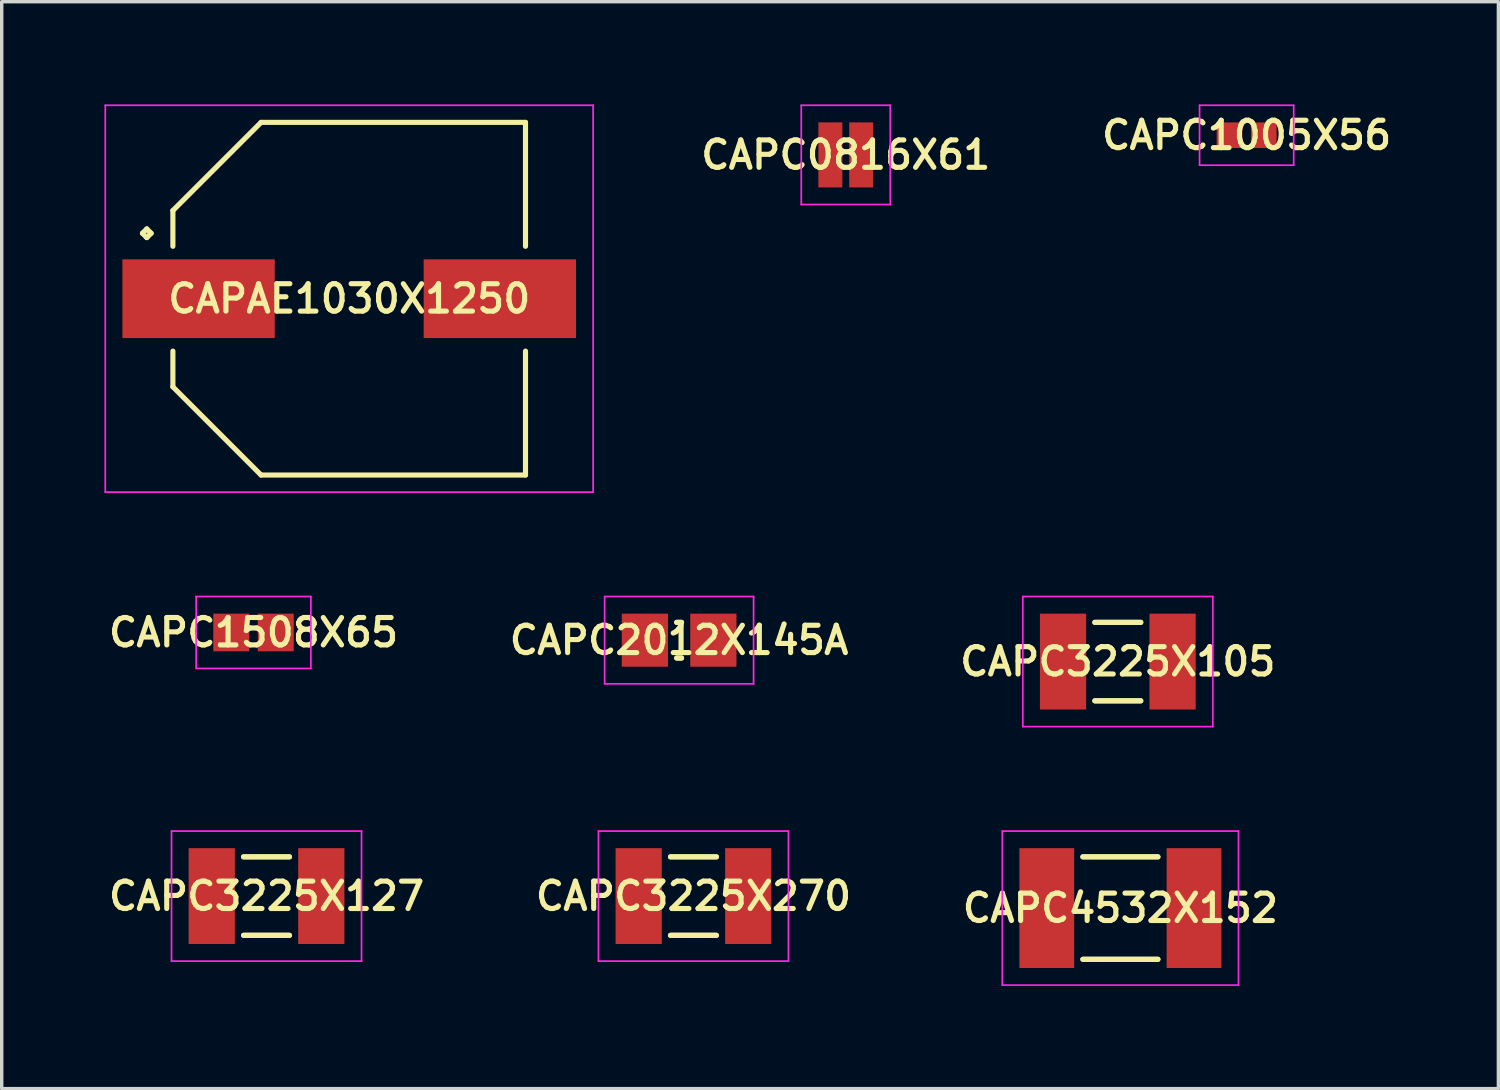
<source format=kicad_pcb>
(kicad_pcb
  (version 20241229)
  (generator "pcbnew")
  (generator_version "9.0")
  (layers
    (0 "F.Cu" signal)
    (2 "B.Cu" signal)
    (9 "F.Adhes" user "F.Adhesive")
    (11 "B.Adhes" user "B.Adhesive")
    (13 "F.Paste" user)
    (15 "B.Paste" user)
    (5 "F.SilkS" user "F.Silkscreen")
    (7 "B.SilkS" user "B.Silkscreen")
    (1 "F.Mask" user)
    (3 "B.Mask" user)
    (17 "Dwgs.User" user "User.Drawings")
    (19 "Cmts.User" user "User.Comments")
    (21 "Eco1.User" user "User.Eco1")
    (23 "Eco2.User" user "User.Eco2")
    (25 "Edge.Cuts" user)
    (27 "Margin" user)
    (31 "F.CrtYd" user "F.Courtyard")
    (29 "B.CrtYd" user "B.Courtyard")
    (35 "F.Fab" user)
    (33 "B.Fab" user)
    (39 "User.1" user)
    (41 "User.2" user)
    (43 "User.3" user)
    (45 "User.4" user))
  (footprint "CAPC0816X61"
    (layer "F.Cu")
    (at 21.655 1.475)
    (property "Reference" "CAPC0816X61" (at 0 0 0) (layer "F.SilkS") (effects (font (size 0.8 0.8) (thickness 0.15))))
    (attr smd)
    (fp_line (start -1.3 -1.45) (end 1.3 -1.45) (stroke (width 0.05) (type solid)) (layer "F.CrtYd"))
    (fp_line (start -1.3 1.45) (end -1.3 -1.45) (stroke (width 0.05) (type solid)) (layer "F.CrtYd"))
    (fp_line (start 1.3 -1.45) (end 1.3 1.45) (stroke (width 0.05) (type solid)) (layer "F.CrtYd"))
    (fp_line (start 1.3 1.45) (end -1.3 1.45) (stroke (width 0.05) (type solid)) (layer "F.CrtYd"))
    (pad "1" smd rect (at -0.45 0) (size 0.7 1.9) (layers "F.Cu" "F.Mask" "F.Paste"))
    (pad "2" smd rect (at 0.45 0) (size 0.7 1.9) (layers "F.Cu" "F.Mask" "F.Paste")))
  (footprint "CAPC4532X152"
    (layer "F.Cu")
    (at 29.677 23.475)
    (property "Reference" "CAPC4532X152" (at 0 0 0) (layer "F.SilkS") (effects (font (size 0.8 0.8) (thickness 0.15))))
    (attr smd)
    (fp_line (start -1.096 -1.496) (end 1.096 -1.496) (stroke (width 0.15) (type solid)) (layer "F.SilkS"))
    (fp_line (start -1.096 1.496) (end 1.096 1.496) (stroke (width 0.15) (type solid)) (layer "F.SilkS"))
    (fp_line (start 1.096 -1.496) (end -1.096 -1.496) (stroke (width 0.15) (type solid)) (layer "F.SilkS"))
    (fp_line (start 1.096 1.496) (end -1.096 1.496) (stroke (width 0.15) (type solid)) (layer "F.SilkS"))
    (fp_line (start -3.45 -2.25) (end 3.45 -2.25) (stroke (width 0.05) (type solid)) (layer "F.CrtYd"))
    (fp_line (start -3.45 2.25) (end -3.45 -2.25) (stroke (width 0.05) (type solid)) (layer "F.CrtYd"))
    (fp_line (start 3.45 -2.25) (end 3.45 2.25) (stroke (width 0.05) (type solid)) (layer "F.CrtYd"))
    (fp_line (start 3.45 2.25) (end -3.45 2.25) (stroke (width 0.05) (type solid)) (layer "F.CrtYd"))
    (pad "1" smd rect (at -2.15 0) (size 1.6 3.5) (layers "F.Cu" "F.Mask" "F.Paste"))
    (pad "2" smd rect (at 2.15 0) (size 1.6 3.5) (layers "F.Cu" "F.Mask" "F.Paste")))
  (footprint "CAPC2012X145A"
    (layer "F.Cu")
    (at 16.787 15.65)
    (property "Reference" "CAPC2012X145A" (at 0 0 0) (layer "F.SilkS") (effects (font (size 0.8 0.8) (thickness 0.15))))
    (attr smd)
    (fp_line (start -0.071 -0.521) (end 0.071 -0.521) (stroke (width 0.15) (type solid)) (layer "F.SilkS"))
    (fp_line (start -0.071 0.521) (end 0.071 0.521) (stroke (width 0.15) (type solid)) (layer "F.SilkS"))
    (fp_line (start 0.071 -0.521) (end -0.071 -0.521) (stroke (width 0.15) (type solid)) (layer "F.SilkS"))
    (fp_line (start 0.071 0.521) (end -0.071 0.521) (stroke (width 0.15) (type solid)) (layer "F.SilkS"))
    (fp_line (start -2.175 -1.275) (end 2.175 -1.275) (stroke (width 0.05) (type solid)) (layer "F.CrtYd"))
    (fp_line (start -2.175 1.275) (end -2.175 -1.275) (stroke (width 0.05) (type solid)) (layer "F.CrtYd"))
    (fp_line (start 2.175 -1.275) (end 2.175 1.275) (stroke (width 0.05) (type solid)) (layer "F.CrtYd"))
    (fp_line (start 2.175 1.275) (end -2.175 1.275) (stroke (width 0.05) (type solid)) (layer "F.CrtYd"))
    (pad "1" smd rect (at -1 0) (size 1.35 1.55) (layers "F.Cu" "F.Mask" "F.Paste"))
    (pad "2" smd rect (at 1 0) (size 1.35 1.55) (layers "F.Cu" "F.Mask" "F.Paste")))
  (footprint "CAPC1005X56"
    (layer "F.Cu")
    (at 33.364 0.9)
    (property "Reference" "CAPC1005X56" (at 0 0 0) (layer "F.SilkS") (effects (font (size 0.8 0.8) (thickness 0.15))))
    (attr smd)
    (fp_line (start -1.375 -0.875) (end 1.375 -0.875) (stroke (width 0.05) (type solid)) (layer "F.CrtYd"))
    (fp_line (start -1.375 0.875) (end -1.375 -0.875) (stroke (width 0.05) (type solid)) (layer "F.CrtYd"))
    (fp_line (start 1.375 -0.875) (end 1.375 0.875) (stroke (width 0.05) (type solid)) (layer "F.CrtYd"))
    (fp_line (start 1.375 0.875) (end -1.375 0.875) (stroke (width 0.05) (type solid)) (layer "F.CrtYd"))
    (pad "1" smd rect (at -0.5 0) (size 0.75 0.75) (layers "F.Cu" "F.Mask" "F.Paste"))
    (pad "2" smd rect (at 0.5 0) (size 0.75 0.75) (layers "F.Cu" "F.Mask" "F.Paste")))
  (footprint "CAPC3225X127"
    (layer "F.Cu")
    (at 4.735 23.125)
    (property "Reference" "CAPC3225X127" (at 0 0 0) (layer "F.SilkS") (effects (font (size 0.8 0.8) (thickness 0.15))))
    (attr smd)
    (fp_line (start -0.671 -1.146) (end 0.671 -1.146) (stroke (width 0.15) (type solid)) (layer "F.SilkS"))
    (fp_line (start -0.671 1.146) (end 0.671 1.146) (stroke (width 0.15) (type solid)) (layer "F.SilkS"))
    (fp_line (start 0.671 -1.146) (end -0.671 -1.146) (stroke (width 0.15) (type solid)) (layer "F.SilkS"))
    (fp_line (start 0.671 1.146) (end -0.671 1.146) (stroke (width 0.15) (type solid)) (layer "F.SilkS"))
    (fp_line (start -2.775 -1.9) (end 2.775 -1.9) (stroke (width 0.05) (type solid)) (layer "F.CrtYd"))
    (fp_line (start -2.775 1.9) (end -2.775 -1.9) (stroke (width 0.05) (type solid)) (layer "F.CrtYd"))
    (fp_line (start 2.775 -1.9) (end 2.775 1.9) (stroke (width 0.05) (type solid)) (layer "F.CrtYd"))
    (fp_line (start 2.775 1.9) (end -2.775 1.9) (stroke (width 0.05) (type solid)) (layer "F.CrtYd"))
    (pad "1" smd rect (at -1.6 0) (size 1.35 2.8) (layers "F.Cu" "F.Mask" "F.Paste"))
    (pad "2" smd rect (at 1.6 0) (size 1.35 2.8) (layers "F.Cu" "F.Mask" "F.Paste")))
  (footprint "CAPAE1030X1250"
    (layer "F.Cu")
    (at 7.15 5.675)
    (property "Reference" "CAPAE1030X1250" (at 0 0 0) (layer "F.SilkS") (effects (font (size 0.8 0.8) (thickness 0.15))))
    (attr smd)
    (fp_line (start -6.039 -1.912) (end -5.912 -2.039) (stroke (width 0.15) (type solid)) (layer "F.SilkS"))
    (fp_line (start -5.912 -2.039) (end -5.785 -1.912) (stroke (width 0.15) (type solid)) (layer "F.SilkS"))
    (fp_line (start -5.912 -1.785) (end -6.039 -1.912) (stroke (width 0.15) (type solid)) (layer "F.SilkS"))
    (fp_line (start -5.785 -1.912) (end -5.912 -1.785) (stroke (width 0.15) (type solid)) (layer "F.SilkS"))
    (fp_line (start -5.15 -2.575) (end -5.15 -1.531) (stroke (width 0.15) (type solid)) (layer "F.SilkS"))
    (fp_line (start -5.15 2.575) (end -5.15 1.531) (stroke (width 0.15) (type solid)) (layer "F.SilkS"))
    (fp_line (start -2.575 -5.15) (end -5.15 -2.575) (stroke (width 0.15) (type solid)) (layer "F.SilkS"))
    (fp_line (start -2.575 5.15) (end -5.15 2.575) (stroke (width 0.15) (type solid)) (layer "F.SilkS"))
    (fp_line (start 5.15 -5.15) (end -2.575 -5.15) (stroke (width 0.15) (type solid)) (layer "F.SilkS"))
    (fp_line (start 5.15 -1.531) (end 5.15 -5.15) (stroke (width 0.15) (type solid)) (layer "F.SilkS"))
    (fp_line (start 5.15 1.531) (end 5.15 5.15) (stroke (width 0.15) (type solid)) (layer "F.SilkS"))
    (fp_line (start 5.15 5.15) (end -2.575 5.15) (stroke (width 0.15) (type solid)) (layer "F.SilkS"))
    (fp_line (start -7.125 -5.65) (end 7.125 -5.65) (stroke (width 0.05) (type solid)) (layer "F.CrtYd"))
    (fp_line (start -7.125 5.65) (end -7.125 -5.65) (stroke (width 0.05) (type solid)) (layer "F.CrtYd"))
    (fp_line (start 7.125 -5.65) (end 7.125 5.65) (stroke (width 0.05) (type solid)) (layer "F.CrtYd"))
    (fp_line (start 7.125 5.65) (end -7.125 5.65) (stroke (width 0.05) (type solid)) (layer "F.CrtYd"))
    (pad "1" smd rect (at -4.4 0) (size 4.45 2.3) (layers "F.Cu" "F.Mask" "F.Paste"))
    (pad "2" smd rect (at 4.4 0) (size 4.45 2.3) (layers "F.Cu" "F.Mask" "F.Paste")))
  (footprint "CAPC3225X270"
    (layer "F.Cu")
    (at 17.206 23.125)
    (property "Reference" "CAPC3225X270" (at 0 0 0) (layer "F.SilkS") (effects (font (size 0.8 0.8) (thickness 0.15))))
    (attr smd)
    (fp_line (start -0.671 -1.146) (end 0.671 -1.146) (stroke (width 0.15) (type solid)) (layer "F.SilkS"))
    (fp_line (start -0.671 1.146) (end 0.671 1.146) (stroke (width 0.15) (type solid)) (layer "F.SilkS"))
    (fp_line (start 0.671 -1.146) (end -0.671 -1.146) (stroke (width 0.15) (type solid)) (layer "F.SilkS"))
    (fp_line (start 0.671 1.146) (end -0.671 1.146) (stroke (width 0.15) (type solid)) (layer "F.SilkS"))
    (fp_line (start -2.775 -1.9) (end 2.775 -1.9) (stroke (width 0.05) (type solid)) (layer "F.CrtYd"))
    (fp_line (start -2.775 1.9) (end -2.775 -1.9) (stroke (width 0.05) (type solid)) (layer "F.CrtYd"))
    (fp_line (start 2.775 -1.9) (end 2.775 1.9) (stroke (width 0.05) (type solid)) (layer "F.CrtYd"))
    (fp_line (start 2.775 1.9) (end -2.775 1.9) (stroke (width 0.05) (type solid)) (layer "F.CrtYd"))
    (pad "1" smd rect (at -1.6 0) (size 1.35 2.8) (layers "F.Cu" "F.Mask" "F.Paste"))
    (pad "2" smd rect (at 1.6 0) (size 1.35 2.8) (layers "F.Cu" "F.Mask" "F.Paste")))
  (footprint "CAPC3225X105"
    (layer "F.Cu")
    (at 29.601 16.275)
    (property "Reference" "CAPC3225X105" (at 0 0 0) (layer "F.SilkS") (effects (font (size 0.8 0.8) (thickness 0.15))))
    (attr smd)
    (fp_line (start -0.671 -1.146) (end 0.671 -1.146) (stroke (width 0.15) (type solid)) (layer "F.SilkS"))
    (fp_line (start -0.671 1.146) (end 0.671 1.146) (stroke (width 0.15) (type solid)) (layer "F.SilkS"))
    (fp_line (start 0.671 -1.146) (end -0.671 -1.146) (stroke (width 0.15) (type solid)) (layer "F.SilkS"))
    (fp_line (start 0.671 1.146) (end -0.671 1.146) (stroke (width 0.15) (type solid)) (layer "F.SilkS"))
    (fp_line (start -2.775 -1.9) (end 2.775 -1.9) (stroke (width 0.05) (type solid)) (layer "F.CrtYd"))
    (fp_line (start -2.775 1.9) (end -2.775 -1.9) (stroke (width 0.05) (type solid)) (layer "F.CrtYd"))
    (fp_line (start 2.775 -1.9) (end 2.775 1.9) (stroke (width 0.05) (type solid)) (layer "F.CrtYd"))
    (fp_line (start 2.775 1.9) (end -2.775 1.9) (stroke (width 0.05) (type solid)) (layer "F.CrtYd"))
    (pad "1" smd rect (at -1.6 0) (size 1.35 2.8) (layers "F.Cu" "F.Mask" "F.Paste"))
    (pad "2" smd rect (at 1.6 0) (size 1.35 2.8) (layers "F.Cu" "F.Mask" "F.Paste")))
  (footprint "CAPC1508X65"
    (layer "F.Cu")
    (at 4.355 15.425)
    (property "Reference" "CAPC1508X65" (at 0 0 0) (layer "F.SilkS") (effects (font (size 0.8 0.8) (thickness 0.15))))
    (attr smd)
    (fp_line (start -1.675 -1.05) (end 1.675 -1.05) (stroke (width 0.05) (type solid)) (layer "F.CrtYd"))
    (fp_line (start -1.675 1.05) (end -1.675 -1.05) (stroke (width 0.05) (type solid)) (layer "F.CrtYd"))
    (fp_line (start 1.675 -1.05) (end 1.675 1.05) (stroke (width 0.05) (type solid)) (layer "F.CrtYd"))
    (fp_line (start 1.675 1.05) (end -1.675 1.05) (stroke (width 0.05) (type solid)) (layer "F.CrtYd"))
    (pad "1" smd rect (at -0.65 0) (size 1.05 1.1) (layers "F.Cu" "F.Mask" "F.Paste"))
    (pad "2" smd rect (at 0.65 0) (size 1.05 1.1) (layers "F.Cu" "F.Mask" "F.Paste")))
  (gr_rect
    (start -3 -3)
    (end 40.718 28.75)
    (stroke (width 0.1) (type default))
    (fill no)
    (layer "Edge.Cuts")))
</source>
